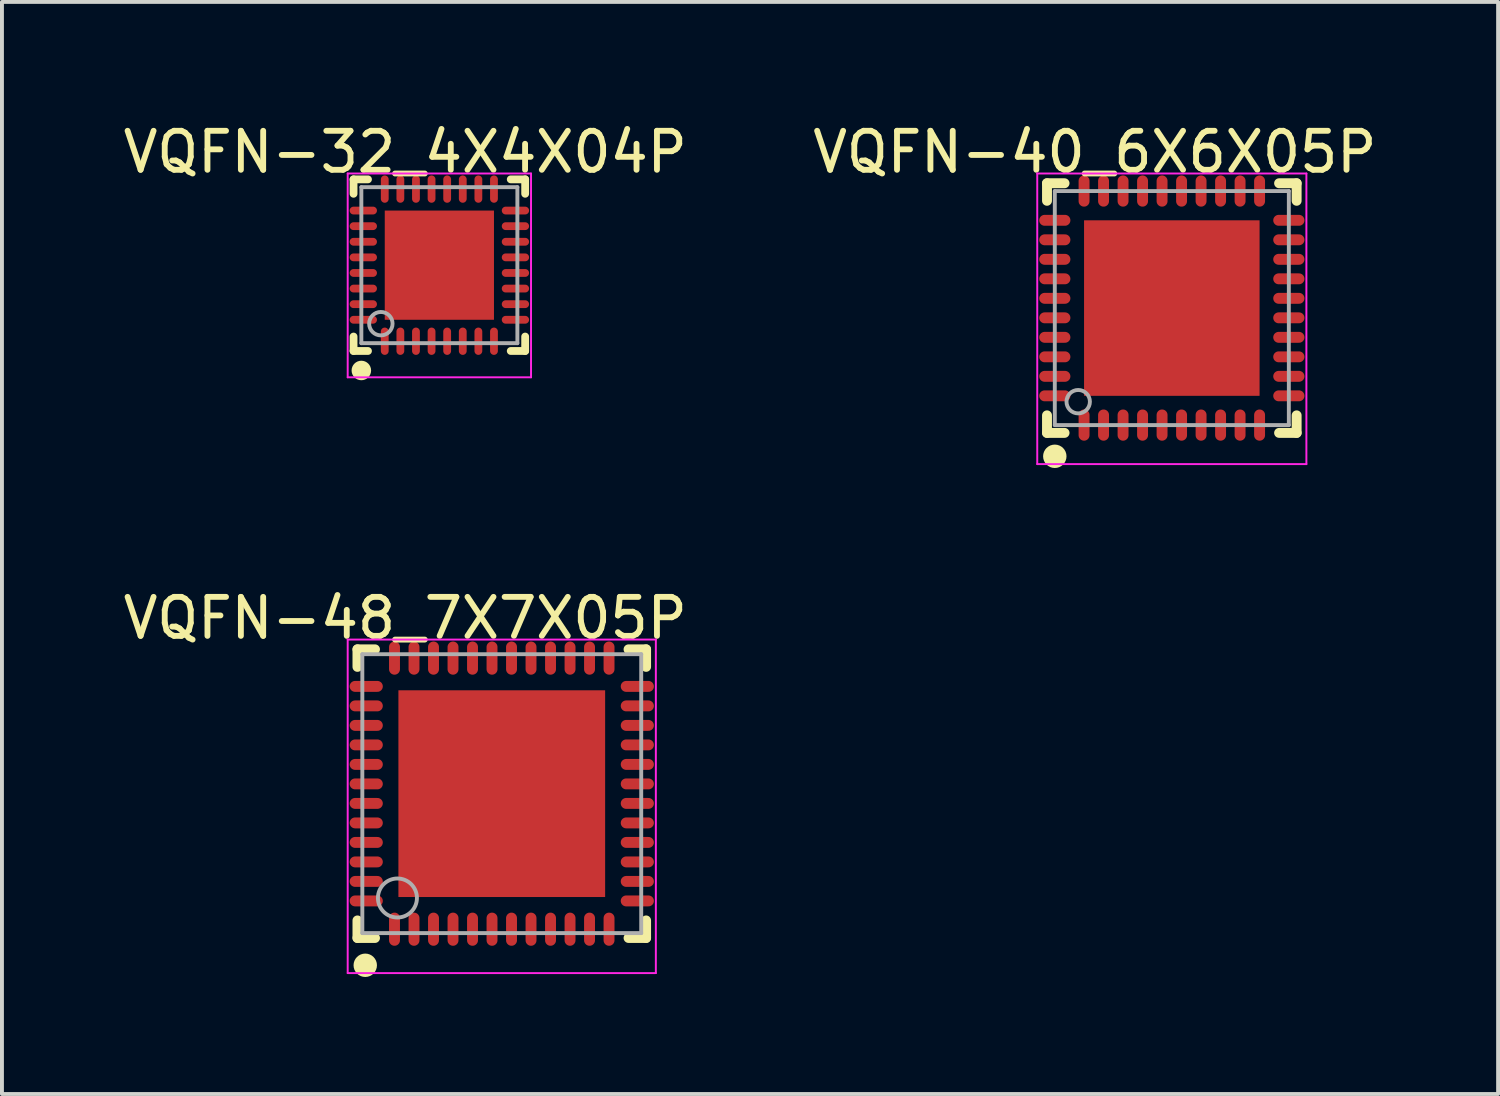
<source format=kicad_pcb>
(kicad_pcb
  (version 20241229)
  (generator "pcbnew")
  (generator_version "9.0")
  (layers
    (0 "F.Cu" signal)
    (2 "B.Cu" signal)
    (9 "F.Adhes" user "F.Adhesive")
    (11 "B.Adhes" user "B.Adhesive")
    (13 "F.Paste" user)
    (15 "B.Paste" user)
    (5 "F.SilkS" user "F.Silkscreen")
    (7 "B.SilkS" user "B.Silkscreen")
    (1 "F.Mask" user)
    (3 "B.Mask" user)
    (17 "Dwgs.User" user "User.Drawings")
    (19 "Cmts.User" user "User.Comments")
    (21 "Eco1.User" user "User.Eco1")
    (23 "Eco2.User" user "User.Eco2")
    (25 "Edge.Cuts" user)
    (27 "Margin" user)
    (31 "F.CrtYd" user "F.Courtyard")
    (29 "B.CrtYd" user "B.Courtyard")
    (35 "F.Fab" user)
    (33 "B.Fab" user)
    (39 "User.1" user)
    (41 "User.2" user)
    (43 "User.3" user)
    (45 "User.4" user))
  (footprint "VQFN-40_6X6X05P"
    (layer "F.Cu")
    (at 26.992 4.848)
    (property "Reference" "VQFN-40_6X6X05P" (at -1.974 -4 0) (layer "F.SilkS") (effects (font (size 1 1) (thickness 0.15))))
    (attr through_hole)
    (fp_line (start -3.2 -3.2) (end -2.75 -3.2) (stroke (width 0.254) (type solid)) (layer "F.SilkS"))
    (fp_line (start -3.2 -2.75) (end -3.2 -3.2) (stroke (width 0.254) (type solid)) (layer "F.SilkS"))
    (fp_line (start -3.2 3.2) (end -3.2 2.75) (stroke (width 0.254) (type solid)) (layer "F.SilkS"))
    (fp_line (start -3.2 3.2) (end -2.75 3.2) (stroke (width 0.254) (type solid)) (layer "F.SilkS"))
    (fp_line (start 2.75 -3.2) (end 3.2 -3.2) (stroke (width 0.254) (type solid)) (layer "F.SilkS"))
    (fp_line (start 2.75 3.2) (end 3.2 3.2) (stroke (width 0.254) (type solid)) (layer "F.SilkS"))
    (fp_line (start 3.2 -2.75) (end 3.2 -3.2) (stroke (width 0.254) (type solid)) (layer "F.SilkS"))
    (fp_line (start 3.2 3.2) (end 3.2 2.75) (stroke (width 0.254) (type solid)) (layer "F.SilkS"))
    (fp_circle (center -3 3.8) (end -2.85 3.8) (stroke (width 0.3) (type solid)) (fill no) (layer "F.SilkS"))
    (fp_line (start -3.45 -3.45) (end 3.45 -3.45) (stroke (width 0.05) (type solid)) (layer "F.CrtYd"))
    (fp_line (start -3.45 4) (end -3.45 -3.45) (stroke (width 0.05) (type solid)) (layer "F.CrtYd"))
    (fp_line (start 3.45 -3.45) (end 3.45 4) (stroke (width 0.05) (type solid)) (layer "F.CrtYd"))
    (fp_line (start 3.45 4) (end -3.45 4) (stroke (width 0.05) (type solid)) (layer "F.CrtYd"))
    (fp_line (start -3 -3) (end 3 -3) (stroke (width 0.1) (type solid)) (layer "F.Fab"))
    (fp_line (start -3 3) (end -3 -3) (stroke (width 0.1) (type solid)) (layer "F.Fab"))
    (fp_line (start -3 3) (end 3 3) (stroke (width 0.1) (type solid)) (layer "F.Fab"))
    (fp_line (start 3 3) (end 3 -3) (stroke (width 0.1) (type solid)) (layer "F.Fab"))
    (fp_circle (center -2.4 2.4) (end -2.1 2.4) (stroke (width 0.1) (type solid)) (fill no) (layer "F.Fab"))
    (pad "0" smd rect (at 0 0 90) (size 4.5 4.5) (layers "F.Cu" "F.Mask" "F.Paste"))
    (pad "1" smd oval (at -2.25 3 180) (size 0.28 0.8) (layers "F.Cu" "F.Mask" "F.Paste"))
    (pad "2" smd oval (at -1.75 3 180) (size 0.28 0.8) (layers "F.Cu" "F.Mask" "F.Paste"))
    (pad "3" smd oval (at -1.25 3 180) (size 0.28 0.8) (layers "F.Cu" "F.Mask" "F.Paste"))
    (pad "4" smd oval (at -0.75 3 180) (size 0.28 0.8) (layers "F.Cu" "F.Mask" "F.Paste"))
    (pad "5" smd oval (at -0.25 3 180) (size 0.28 0.8) (layers "F.Cu" "F.Mask" "F.Paste"))
    (pad "6" smd oval (at 0.25 3 180) (size 0.28 0.8) (layers "F.Cu" "F.Mask" "F.Paste"))
    (pad "7" smd oval (at 0.75 3 180) (size 0.28 0.8) (layers "F.Cu" "F.Mask" "F.Paste"))
    (pad "8" smd oval (at 1.25 3 180) (size 0.28 0.8) (layers "F.Cu" "F.Mask" "F.Paste"))
    (pad "9" smd oval (at 1.75 3 180) (size 0.28 0.8) (layers "F.Cu" "F.Mask" "F.Paste"))
    (pad "10" smd oval (at 2.25 3 180) (size 0.28 0.8) (layers "F.Cu" "F.Mask" "F.Paste"))
    (pad "11" smd oval (at 3 2.25 90) (size 0.28 0.8) (layers "F.Cu" "F.Mask" "F.Paste"))
    (pad "12" smd oval (at 3 1.75 90) (size 0.28 0.8) (layers "F.Cu" "F.Mask" "F.Paste"))
    (pad "13" smd oval (at 3 1.25 90) (size 0.28 0.8) (layers "F.Cu" "F.Mask" "F.Paste"))
    (pad "14" smd oval (at 3 0.75 90) (size 0.28 0.8) (layers "F.Cu" "F.Mask" "F.Paste"))
    (pad "15" smd oval (at 3 0.25 90) (size 0.28 0.8) (layers "F.Cu" "F.Mask" "F.Paste"))
    (pad "16" smd oval (at 3 -0.25 90) (size 0.28 0.8) (layers "F.Cu" "F.Mask" "F.Paste"))
    (pad "17" smd oval (at 3 -0.75 90) (size 0.28 0.8) (layers "F.Cu" "F.Mask" "F.Paste"))
    (pad "18" smd oval (at 3 -1.25 90) (size 0.28 0.8) (layers "F.Cu" "F.Mask" "F.Paste"))
    (pad "19" smd oval (at 3 -1.75 90) (size 0.28 0.8) (layers "F.Cu" "F.Mask" "F.Paste"))
    (pad "20" smd oval (at 3 -2.25 90) (size 0.28 0.8) (layers "F.Cu" "F.Mask" "F.Paste"))
    (pad "21" smd oval (at 2.25 -3 180) (size 0.28 0.8) (layers "F.Cu" "F.Mask" "F.Paste"))
    (pad "22" smd oval (at 1.75 -3 180) (size 0.28 0.8) (layers "F.Cu" "F.Mask" "F.Paste"))
    (pad "23" smd oval (at 1.25 -3 180) (size 0.28 0.8) (layers "F.Cu" "F.Mask" "F.Paste"))
    (pad "24" smd oval (at 0.75 -3 180) (size 0.28 0.8) (layers "F.Cu" "F.Mask" "F.Paste"))
    (pad "25" smd oval (at 0.25 -3 180) (size 0.28 0.8) (layers "F.Cu" "F.Mask" "F.Paste"))
    (pad "26" smd oval (at -0.25 -3 180) (size 0.28 0.8) (layers "F.Cu" "F.Mask" "F.Paste"))
    (pad "27" smd oval (at -0.75 -3 180) (size 0.28 0.8) (layers "F.Cu" "F.Mask" "F.Paste"))
    (pad "28" smd oval (at -1.25 -3 180) (size 0.28 0.8) (layers "F.Cu" "F.Mask" "F.Paste"))
    (pad "29" smd oval (at -1.75 -3 180) (size 0.28 0.8) (layers "F.Cu" "F.Mask" "F.Paste"))
    (pad "30" smd oval (at -2.25 -3 180) (size 0.28 0.8) (layers "F.Cu" "F.Mask" "F.Paste"))
    (pad "31" smd oval (at -3 -2.25 90) (size 0.28 0.8) (layers "F.Cu" "F.Mask" "F.Paste"))
    (pad "32" smd oval (at -3 -1.75 90) (size 0.28 0.8) (layers "F.Cu" "F.Mask" "F.Paste"))
    (pad "33" smd oval (at -3 -1.25 90) (size 0.28 0.8) (layers "F.Cu" "F.Mask" "F.Paste"))
    (pad "34" smd oval (at -3 -0.75 90) (size 0.28 0.8) (layers "F.Cu" "F.Mask" "F.Paste"))
    (pad "35" smd oval (at -3 -0.25 90) (size 0.28 0.8) (layers "F.Cu" "F.Mask" "F.Paste"))
    (pad "36" smd oval (at -3 0.25 90) (size 0.28 0.8) (layers "F.Cu" "F.Mask" "F.Paste"))
    (pad "37" smd oval (at -3 0.75 90) (size 0.28 0.8) (layers "F.Cu" "F.Mask" "F.Paste"))
    (pad "38" smd oval (at -3 1.25 90) (size 0.28 0.8) (layers "F.Cu" "F.Mask" "F.Paste"))
    (pad "39" smd oval (at -3 1.75 90) (size 0.28 0.8) (layers "F.Cu" "F.Mask" "F.Paste"))
    (pad "40" smd oval (at -3 2.25 90) (size 0.28 0.8) (layers "F.Cu" "F.Mask" "F.Paste")))
  (footprint "VQFN-32_4X4X04P"
    (layer "F.Cu")
    (at 8.214 3.748)
    (property "Reference" "VQFN-32_4X4X04P" (at -0.874 -2.9 0) (layer "F.SilkS") (effects (font (size 1 1) (thickness 0.15))))
    (attr through_hole)
    (fp_line (start -2.2 -2.2) (end -1.83 -2.2) (stroke (width 0.2) (type solid)) (layer "F.SilkS"))
    (fp_line (start -2.2 -1.83) (end -2.2 -2.2) (stroke (width 0.2) (type solid)) (layer "F.SilkS"))
    (fp_line (start -2.2 2.2) (end -2.2 1.83) (stroke (width 0.2) (type solid)) (layer "F.SilkS"))
    (fp_line (start -2.2 2.2) (end -1.83 2.2) (stroke (width 0.2) (type solid)) (layer "F.SilkS"))
    (fp_line (start 1.83 2.2) (end 2.2 2.2) (stroke (width 0.2) (type solid)) (layer "F.SilkS"))
    (fp_line (start 1.83 -2.2) (end 2.2 -2.2) (stroke (width 0.2) (type solid)) (layer "F.SilkS"))
    (fp_line (start 2.2 -1.83) (end 2.2 -2.2) (stroke (width 0.2) (type solid)) (layer "F.SilkS"))
    (fp_line (start 2.2 2.2) (end 2.2 1.83) (stroke (width 0.2) (type solid)) (layer "F.SilkS"))
    (fp_circle (center -2 2.7) (end -1.875 2.7) (stroke (width 0.25) (type solid)) (fill no) (layer "F.SilkS"))
    (fp_line (start -2.35 -2.35) (end 2.35 -2.35) (stroke (width 0.05) (type solid)) (layer "F.CrtYd"))
    (fp_line (start -2.35 2.875) (end -2.35 -2.35) (stroke (width 0.05) (type solid)) (layer "F.CrtYd"))
    (fp_line (start 2.35 -2.35) (end 2.35 2.875) (stroke (width 0.05) (type solid)) (layer "F.CrtYd"))
    (fp_line (start 2.35 2.875) (end -2.35 2.875) (stroke (width 0.05) (type solid)) (layer "F.CrtYd"))
    (fp_line (start -2 -2) (end 2 -2) (stroke (width 0.1) (type solid)) (layer "F.Fab"))
    (fp_line (start -2 2) (end -2 -2) (stroke (width 0.1) (type solid)) (layer "F.Fab"))
    (fp_line (start -2 2) (end 2 2) (stroke (width 0.1) (type solid)) (layer "F.Fab"))
    (fp_line (start 2 2) (end 2 -2) (stroke (width 0.1) (type solid)) (layer "F.Fab"))
    (fp_circle (center -1.5 1.5) (end -1.2 1.5) (stroke (width 0.1) (type solid)) (fill no) (layer "F.Fab"))
    (pad "0" smd rect (at 0 0 270) (size 2.8 2.8) (layers "F.Cu" "F.Mask" "F.Paste"))
    (pad "1" smd oval (at -1.4 1.95) (size 0.2 0.7) (layers "F.Cu" "F.Mask" "F.Paste"))
    (pad "2" smd oval (at -1 1.95) (size 0.2 0.7) (layers "F.Cu" "F.Mask" "F.Paste"))
    (pad "3" smd oval (at -0.6 1.95) (size 0.2 0.7) (layers "F.Cu" "F.Mask" "F.Paste"))
    (pad "4" smd oval (at -0.2 1.95) (size 0.2 0.7) (layers "F.Cu" "F.Mask" "F.Paste"))
    (pad "5" smd oval (at 0.2 1.95) (size 0.2 0.7) (layers "F.Cu" "F.Mask" "F.Paste"))
    (pad "6" smd oval (at 0.6 1.95) (size 0.2 0.7) (layers "F.Cu" "F.Mask" "F.Paste"))
    (pad "7" smd oval (at 1 1.95) (size 0.2 0.7) (layers "F.Cu" "F.Mask" "F.Paste"))
    (pad "8" smd oval (at 1.4 1.95) (size 0.2 0.7) (layers "F.Cu" "F.Mask" "F.Paste"))
    (pad "9" smd oval (at 1.95 1.4 270) (size 0.2 0.7) (layers "F.Cu" "F.Mask" "F.Paste"))
    (pad "10" smd oval (at 1.95 1 270) (size 0.2 0.7) (layers "F.Cu" "F.Mask" "F.Paste"))
    (pad "11" smd oval (at 1.95 0.6 270) (size 0.2 0.7) (layers "F.Cu" "F.Mask" "F.Paste"))
    (pad "12" smd oval (at 1.95 0.2 270) (size 0.2 0.7) (layers "F.Cu" "F.Mask" "F.Paste"))
    (pad "13" smd oval (at 1.95 -0.2 270) (size 0.2 0.7) (layers "F.Cu" "F.Mask" "F.Paste"))
    (pad "14" smd oval (at 1.95 -0.6 270) (size 0.2 0.7) (layers "F.Cu" "F.Mask" "F.Paste"))
    (pad "15" smd oval (at 1.95 -1 270) (size 0.2 0.7) (layers "F.Cu" "F.Mask" "F.Paste"))
    (pad "16" smd oval (at 1.95 -1.4 270) (size 0.2 0.7) (layers "F.Cu" "F.Mask" "F.Paste"))
    (pad "17" smd oval (at 1.4 -1.95) (size 0.2 0.7) (layers "F.Cu" "F.Mask" "F.Paste"))
    (pad "18" smd oval (at 1 -1.95) (size 0.2 0.7) (layers "F.Cu" "F.Mask" "F.Paste"))
    (pad "19" smd oval (at 0.6 -1.95) (size 0.2 0.7) (layers "F.Cu" "F.Mask" "F.Paste"))
    (pad "20" smd oval (at 0.2 -1.95) (size 0.2 0.7) (layers "F.Cu" "F.Mask" "F.Paste"))
    (pad "21" smd oval (at -0.2 -1.95) (size 0.2 0.7) (layers "F.Cu" "F.Mask" "F.Paste"))
    (pad "22" smd oval (at -0.6 -1.95) (size 0.2 0.7) (layers "F.Cu" "F.Mask" "F.Paste"))
    (pad "23" smd oval (at -1 -1.95) (size 0.2 0.7) (layers "F.Cu" "F.Mask" "F.Paste"))
    (pad "24" smd oval (at -1.4 -1.95) (size 0.2 0.7) (layers "F.Cu" "F.Mask" "F.Paste"))
    (pad "25" smd oval (at -1.95 -1.4 90) (size 0.2 0.7) (layers "F.Cu" "F.Mask" "F.Paste"))
    (pad "26" smd oval (at -1.95 -1 90) (size 0.2 0.7) (layers "F.Cu" "F.Mask" "F.Paste"))
    (pad "27" smd oval (at -1.95 -0.6 90) (size 0.2 0.7) (layers "F.Cu" "F.Mask" "F.Paste"))
    (pad "28" smd oval (at -1.95 -0.2 90) (size 0.2 0.7) (layers "F.Cu" "F.Mask" "F.Paste"))
    (pad "29" smd oval (at -1.95 0.2 90) (size 0.2 0.7) (layers "F.Cu" "F.Mask" "F.Paste"))
    (pad "30" smd oval (at -1.95 0.6 90) (size 0.2 0.7) (layers "F.Cu" "F.Mask" "F.Paste"))
    (pad "31" smd oval (at -1.95 1 90) (size 0.2 0.7) (layers "F.Cu" "F.Mask" "F.Paste"))
    (pad "32" smd oval (at -1.95 1.4 90) (size 0.2 0.7) (layers "F.Cu" "F.Mask" "F.Paste")))
  (footprint "VQFN-48_7X7X05P"
    (layer "F.Cu")
    (at 9.814 17.297)
    (property "Reference" "VQFN-48_7X7X05P" (at -2.474 -4.5 0) (layer "F.SilkS") (effects (font (size 1 1) (thickness 0.15))))
    (attr through_hole)
    (fp_line (start -3.7 -3.7) (end -3.25 -3.7) (stroke (width 0.254) (type solid)) (layer "F.SilkS"))
    (fp_line (start -3.7 -3.25) (end -3.7 -3.7) (stroke (width 0.254) (type solid)) (layer "F.SilkS"))
    (fp_line (start -3.7 3.7) (end -3.7 3.25) (stroke (width 0.254) (type solid)) (layer "F.SilkS"))
    (fp_line (start -3.7 3.7) (end -3.25 3.7) (stroke (width 0.254) (type solid)) (layer "F.SilkS"))
    (fp_line (start 3.25 -3.7) (end 3.7 -3.7) (stroke (width 0.254) (type solid)) (layer "F.SilkS"))
    (fp_line (start 3.25 3.7) (end 3.7 3.7) (stroke (width 0.254) (type solid)) (layer "F.SilkS"))
    (fp_line (start 3.7 -3.25) (end 3.7 -3.7) (stroke (width 0.254) (type solid)) (layer "F.SilkS"))
    (fp_line (start 3.7 3.7) (end 3.7 3.25) (stroke (width 0.254) (type solid)) (layer "F.SilkS"))
    (fp_circle (center -3.5 4.4) (end -3.35 4.4) (stroke (width 0.3) (type solid)) (fill no) (layer "F.SilkS"))
    (fp_poly (pts (xy -2.55 -1.4) (xy -1.4 -1.4) (xy -1.4 -2.55) (xy -2.55 -2.55)) (stroke (width 0.15) (type solid)) (fill yes) (layer "F.Paste"))
    (fp_poly (pts (xy -2.55 -0.1) (xy -1.4 -0.1) (xy -1.4 -1.2) (xy -2.55 -1.2)) (stroke (width 0.15) (type solid)) (fill yes) (layer "F.Paste"))
    (fp_poly (pts (xy -2.55 2.55) (xy -1.4 2.55) (xy -1.4 1.4) (xy -2.55 1.4)) (stroke (width 0.15) (type solid)) (fill yes) (layer "F.Paste"))
    (fp_poly (pts (xy -2.525 1.225) (xy -1.425 1.225) (xy -1.425 0.075) (xy -2.525 0.075)) (stroke (width 0.15) (type solid)) (fill yes) (layer "F.Paste"))
    (fp_poly (pts (xy -1.225 2.525) (xy -0.075 2.525) (xy -0.075 1.425) (xy -1.225 1.425)) (stroke (width 0.15) (type solid)) (fill yes) (layer "F.Paste"))
    (fp_poly (pts (xy -1.2 -1.4) (xy -0.1 -1.4) (xy -0.1 -2.55) (xy -1.2 -2.55)) (stroke (width 0.15) (type solid)) (fill yes) (layer "F.Paste"))
    (fp_poly (pts (xy -1.2 -0.1) (xy -0.1 -0.1) (xy -0.1 -1.2) (xy -1.2 -1.2)) (stroke (width 0.15) (type solid)) (fill yes) (layer "F.Paste"))
    (fp_poly (pts (xy -1.2 1.2) (xy -0.1 1.2) (xy -0.1 0.1) (xy -1.2 0.1)) (stroke (width 0.15) (type solid)) (fill yes) (layer "F.Paste"))
    (fp_poly (pts (xy 0.075 2.525) (xy 1.225 2.525) (xy 1.225 1.425) (xy 0.075 1.425)) (stroke (width 0.15) (type solid)) (fill yes) (layer "F.Paste"))
    (fp_poly (pts (xy 0.1 1.2) (xy 1.2 1.2) (xy 1.2 0.1) (xy 0.1 0.1)) (stroke (width 0.15) (type solid)) (fill yes) (layer "F.Paste"))
    (fp_poly (pts (xy 0.1 -1.4) (xy 1.2 -1.4) (xy 1.2 -2.55) (xy 0.1 -2.55)) (stroke (width 0.15) (type solid)) (fill yes) (layer "F.Paste"))
    (fp_poly (pts (xy 0.1 -0.1) (xy 1.2 -0.1) (xy 1.2 -1.2) (xy 0.1 -1.2)) (stroke (width 0.15) (type solid)) (fill yes) (layer "F.Paste"))
    (fp_poly (pts (xy 1.4 2.55) (xy 2.55 2.55) (xy 2.55 1.4) (xy 1.4 1.4)) (stroke (width 0.15) (type solid)) (fill yes) (layer "F.Paste"))
    (fp_poly (pts (xy 1.4 -1.4) (xy 2.55 -1.4) (xy 2.55 -2.55) (xy 1.4 -2.55)) (stroke (width 0.15) (type solid)) (fill yes) (layer "F.Paste"))
    (fp_poly (pts (xy 1.4 -0.1) (xy 2.55 -0.1) (xy 2.55 -1.2) (xy 1.4 -1.2)) (stroke (width 0.15) (type solid)) (fill yes) (layer "F.Paste"))
    (fp_poly (pts (xy 1.425 1.225) (xy 2.525 1.225) (xy 2.525 0.075) (xy 1.425 0.075)) (stroke (width 0.15) (type solid)) (fill yes) (layer "F.Paste"))
    (fp_line (start -3.95 -3.95) (end 3.95 -3.95) (stroke (width 0.05) (type solid)) (layer "F.CrtYd"))
    (fp_line (start -3.95 4.6) (end -3.95 -3.95) (stroke (width 0.05) (type solid)) (layer "F.CrtYd"))
    (fp_line (start 3.95 -3.95) (end 3.95 4.6) (stroke (width 0.05) (type solid)) (layer "F.CrtYd"))
    (fp_line (start 3.95 4.6) (end -3.95 4.6) (stroke (width 0.05) (type solid)) (layer "F.CrtYd"))
    (fp_line (start -3.575 -3.575) (end 3.575 -3.575) (stroke (width 0.1) (type solid)) (layer "F.Fab"))
    (fp_line (start -3.575 3.575) (end -3.575 -3.575) (stroke (width 0.1) (type solid)) (layer "F.Fab"))
    (fp_line (start -3.575 3.575) (end 3.575 3.575) (stroke (width 0.1) (type solid)) (layer "F.Fab"))
    (fp_line (start 3.575 3.575) (end 3.575 -3.575) (stroke (width 0.1) (type solid)) (layer "F.Fab"))
    (fp_circle (center -2.675 2.675) (end -2.175 2.675) (stroke (width 0.1) (type solid)) (fill no) (layer "F.Fab"))
    (pad "0" smd rect (at 0 0 90) (size 5.3 5.3) (layers "F.Cu" "F.Mask" "F.Paste"))
    (pad "1" smd oval (at -2.75 3.475 180) (size 0.28 0.85) (layers "F.Cu" "F.Mask" "F.Paste"))
    (pad "2" smd oval (at -2.25 3.475 180) (size 0.28 0.85) (layers "F.Cu" "F.Mask" "F.Paste"))
    (pad "3" smd oval (at -1.75 3.475 180) (size 0.28 0.85) (layers "F.Cu" "F.Mask" "F.Paste"))
    (pad "4" smd oval (at -1.25 3.475 180) (size 0.28 0.85) (layers "F.Cu" "F.Mask" "F.Paste"))
    (pad "5" smd oval (at -0.75 3.475 180) (size 0.28 0.85) (layers "F.Cu" "F.Mask" "F.Paste"))
    (pad "6" smd oval (at -0.25 3.475 180) (size 0.28 0.85) (layers "F.Cu" "F.Mask" "F.Paste"))
    (pad "7" smd oval (at 0.25 3.475 180) (size 0.28 0.85) (layers "F.Cu" "F.Mask" "F.Paste"))
    (pad "8" smd oval (at 0.75 3.475 180) (size 0.28 0.85) (layers "F.Cu" "F.Mask" "F.Paste"))
    (pad "9" smd oval (at 1.25 3.475 180) (size 0.28 0.85) (layers "F.Cu" "F.Mask" "F.Paste"))
    (pad "10" smd oval (at 1.75 3.475 180) (size 0.28 0.85) (layers "F.Cu" "F.Mask" "F.Paste"))
    (pad "11" smd oval (at 2.25 3.475 180) (size 0.28 0.85) (layers "F.Cu" "F.Mask" "F.Paste"))
    (pad "12" smd oval (at 2.75 3.475 180) (size 0.28 0.85) (layers "F.Cu" "F.Mask" "F.Paste"))
    (pad "13" smd oval (at 3.475 2.75 90) (size 0.28 0.85) (layers "F.Cu" "F.Mask" "F.Paste"))
    (pad "14" smd oval (at 3.475 2.25 90) (size 0.28 0.85) (layers "F.Cu" "F.Mask" "F.Paste"))
    (pad "15" smd oval (at 3.475 1.75 90) (size 0.28 0.85) (layers "F.Cu" "F.Mask" "F.Paste"))
    (pad "16" smd oval (at 3.475 1.25 90) (size 0.28 0.85) (layers "F.Cu" "F.Mask" "F.Paste"))
    (pad "17" smd oval (at 3.475 0.75 90) (size 0.28 0.85) (layers "F.Cu" "F.Mask" "F.Paste"))
    (pad "18" smd oval (at 3.475 0.25 90) (size 0.28 0.85) (layers "F.Cu" "F.Mask" "F.Paste"))
    (pad "19" smd oval (at 3.475 -0.25 90) (size 0.28 0.85) (layers "F.Cu" "F.Mask" "F.Paste"))
    (pad "20" smd oval (at 3.475 -0.75 90) (size 0.28 0.85) (layers "F.Cu" "F.Mask" "F.Paste"))
    (pad "21" smd oval (at 3.475 -1.25 90) (size 0.28 0.85) (layers "F.Cu" "F.Mask" "F.Paste"))
    (pad "22" smd oval (at 3.475 -1.75 90) (size 0.28 0.85) (layers "F.Cu" "F.Mask" "F.Paste"))
    (pad "23" smd oval (at 3.475 -2.25 90) (size 0.28 0.85) (layers "F.Cu" "F.Mask" "F.Paste"))
    (pad "24" smd oval (at 3.475 -2.75 90) (size 0.28 0.85) (layers "F.Cu" "F.Mask" "F.Paste"))
    (pad "25" smd oval (at 2.75 -3.475 180) (size 0.28 0.85) (layers "F.Cu" "F.Mask" "F.Paste"))
    (pad "26" smd oval (at 2.25 -3.475 180) (size 0.28 0.85) (layers "F.Cu" "F.Mask" "F.Paste"))
    (pad "27" smd oval (at 1.75 -3.475 180) (size 0.28 0.85) (layers "F.Cu" "F.Mask" "F.Paste"))
    (pad "28" smd oval (at 1.25 -3.475 180) (size 0.28 0.85) (layers "F.Cu" "F.Mask" "F.Paste"))
    (pad "29" smd oval (at 0.75 -3.475 180) (size 0.28 0.85) (layers "F.Cu" "F.Mask" "F.Paste"))
    (pad "30" smd oval (at 0.25 -3.475 180) (size 0.28 0.85) (layers "F.Cu" "F.Mask" "F.Paste"))
    (pad "31" smd oval (at -0.25 -3.475 180) (size 0.28 0.85) (layers "F.Cu" "F.Mask" "F.Paste"))
    (pad "32" smd oval (at -0.75 -3.475 180) (size 0.28 0.85) (layers "F.Cu" "F.Mask" "F.Paste"))
    (pad "33" smd oval (at -1.25 -3.475 180) (size 0.28 0.85) (layers "F.Cu" "F.Mask" "F.Paste"))
    (pad "34" smd oval (at -1.75 -3.475 180) (size 0.28 0.85) (layers "F.Cu" "F.Mask" "F.Paste"))
    (pad "35" smd oval (at -2.25 -3.475 180) (size 0.28 0.85) (layers "F.Cu" "F.Mask" "F.Paste"))
    (pad "36" smd oval (at -2.75 -3.475 180) (size 0.28 0.85) (layers "F.Cu" "F.Mask" "F.Paste"))
    (pad "37" smd oval (at -3.475 -2.75 90) (size 0.28 0.85) (layers "F.Cu" "F.Mask" "F.Paste"))
    (pad "38" smd oval (at -3.475 -2.25 90) (size 0.28 0.85) (layers "F.Cu" "F.Mask" "F.Paste"))
    (pad "39" smd oval (at -3.475 -1.75 90) (size 0.28 0.85) (layers "F.Cu" "F.Mask" "F.Paste"))
    (pad "40" smd oval (at -3.475 -1.25 90) (size 0.28 0.85) (layers "F.Cu" "F.Mask" "F.Paste"))
    (pad "41" smd oval (at -3.475 -0.75 90) (size 0.28 0.85) (layers "F.Cu" "F.Mask" "F.Paste"))
    (pad "42" smd oval (at -3.475 -0.25 90) (size 0.28 0.85) (layers "F.Cu" "F.Mask" "F.Paste"))
    (pad "43" smd oval (at -3.475 0.25 90) (size 0.28 0.85) (layers "F.Cu" "F.Mask" "F.Paste"))
    (pad "44" smd oval (at -3.475 0.75 90) (size 0.28 0.85) (layers "F.Cu" "F.Mask" "F.Paste"))
    (pad "45" smd oval (at -3.475 1.25 90) (size 0.28 0.85) (layers "F.Cu" "F.Mask" "F.Paste"))
    (pad "46" smd oval (at -3.475 1.75 90) (size 0.28 0.85) (layers "F.Cu" "F.Mask" "F.Paste"))
    (pad "47" smd oval (at -3.475 2.25 90) (size 0.28 0.85) (layers "F.Cu" "F.Mask" "F.Paste"))
    (pad "48" smd oval (at -3.475 2.75 90) (size 0.28 0.85) (layers "F.Cu" "F.Mask" "F.Paste")))
  (gr_rect
    (start -3 -3)
    (end 35.357 24.997)
    (stroke (width 0.1) (type default))
    (fill no)
    (layer "Edge.Cuts")))
</source>
